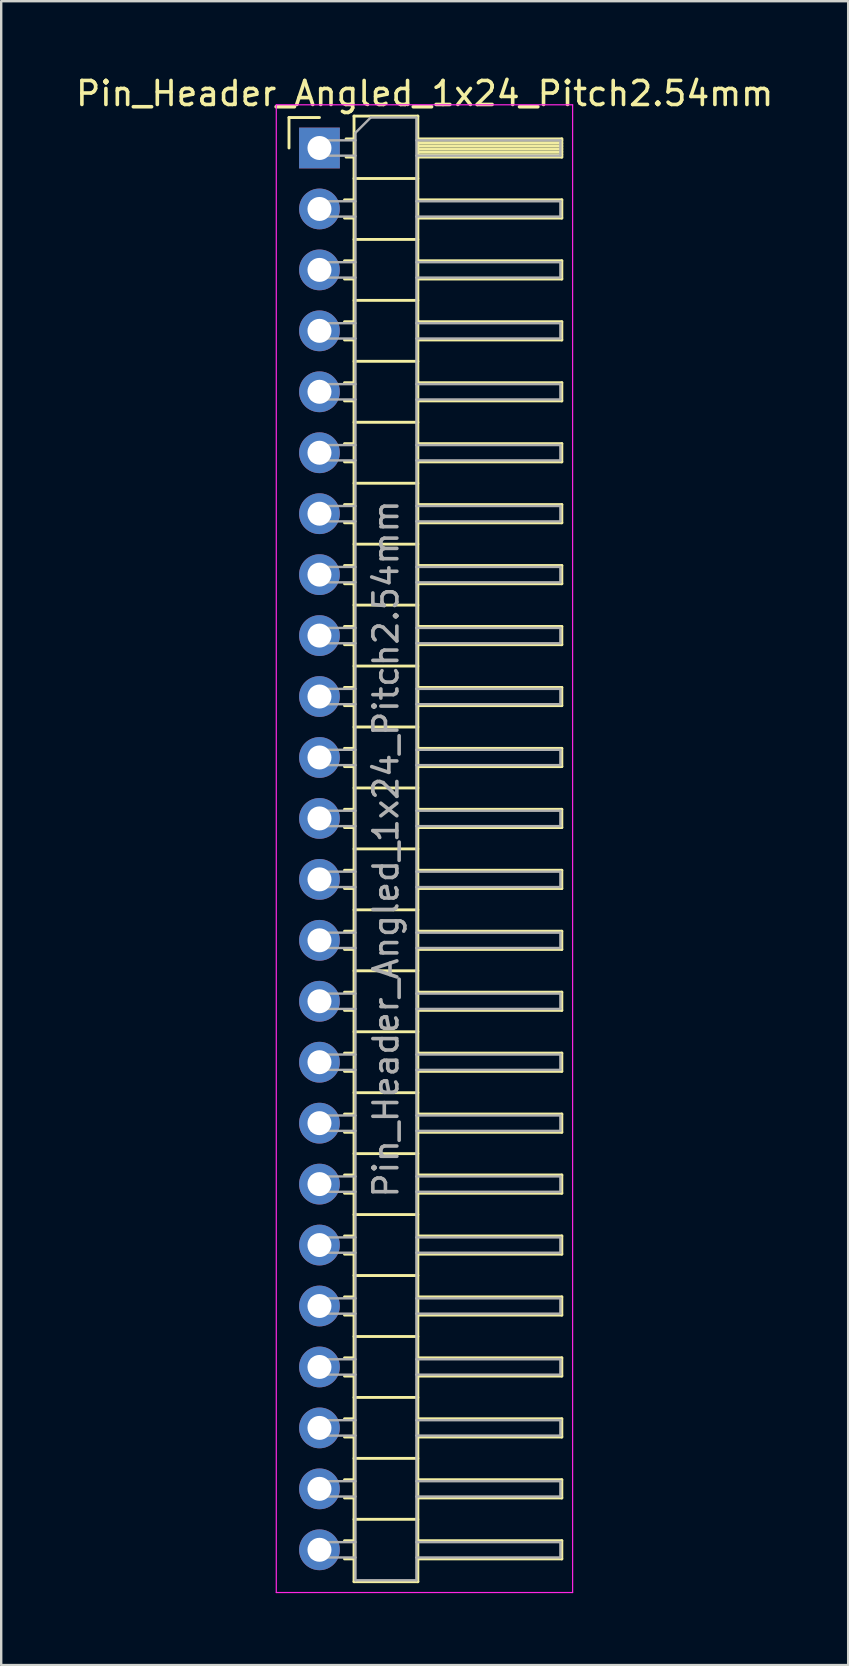
<source format=kicad_pcb>
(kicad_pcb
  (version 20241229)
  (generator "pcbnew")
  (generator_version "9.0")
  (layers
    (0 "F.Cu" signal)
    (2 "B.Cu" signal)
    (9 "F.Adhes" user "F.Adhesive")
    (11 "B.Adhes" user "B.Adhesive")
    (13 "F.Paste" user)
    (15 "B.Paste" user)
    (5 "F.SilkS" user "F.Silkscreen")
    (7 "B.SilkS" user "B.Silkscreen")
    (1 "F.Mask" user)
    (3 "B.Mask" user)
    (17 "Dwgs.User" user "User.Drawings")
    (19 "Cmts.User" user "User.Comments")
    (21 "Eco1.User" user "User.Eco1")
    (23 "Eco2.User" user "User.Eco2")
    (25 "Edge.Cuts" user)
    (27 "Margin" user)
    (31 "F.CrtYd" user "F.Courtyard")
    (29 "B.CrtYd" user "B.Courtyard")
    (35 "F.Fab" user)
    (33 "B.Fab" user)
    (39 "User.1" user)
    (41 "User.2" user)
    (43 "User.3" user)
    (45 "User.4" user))
  (footprint "Pin_Header_Angled_1x24_Pitch2.54mm"
    (layer "F.Cu")
    (at 10.264 3.118)
    (property "Reference" "Pin_Header_Angled_1x24_Pitch2.54mm" (at 4.385 -2.27 0) (layer "F.SilkS") (effects (font (size 1 1) (thickness 0.15))))
    (attr through_hole)
    (fp_line (start -1.27 -1.27) (end 0 -1.27) (stroke (width 0.12) (type solid)) (layer "F.SilkS"))
    (fp_line (start -1.27 0) (end -1.27 -1.27) (stroke (width 0.12) (type solid)) (layer "F.SilkS"))
    (fp_line (start 1.043 2.16) (end 1.44 2.16) (stroke (width 0.12) (type solid)) (layer "F.SilkS"))
    (fp_line (start 1.043 2.92) (end 1.44 2.92) (stroke (width 0.12) (type solid)) (layer "F.SilkS"))
    (fp_line (start 1.043 4.7) (end 1.44 4.7) (stroke (width 0.12) (type solid)) (layer "F.SilkS"))
    (fp_line (start 1.043 5.46) (end 1.44 5.46) (stroke (width 0.12) (type solid)) (layer "F.SilkS"))
    (fp_line (start 1.043 7.24) (end 1.44 7.24) (stroke (width 0.12) (type solid)) (layer "F.SilkS"))
    (fp_line (start 1.043 8) (end 1.44 8) (stroke (width 0.12) (type solid)) (layer "F.SilkS"))
    (fp_line (start 1.043 9.78) (end 1.44 9.78) (stroke (width 0.12) (type solid)) (layer "F.SilkS"))
    (fp_line (start 1.043 10.54) (end 1.44 10.54) (stroke (width 0.12) (type solid)) (layer "F.SilkS"))
    (fp_line (start 1.043 12.32) (end 1.44 12.32) (stroke (width 0.12) (type solid)) (layer "F.SilkS"))
    (fp_line (start 1.043 13.08) (end 1.44 13.08) (stroke (width 0.12) (type solid)) (layer "F.SilkS"))
    (fp_line (start 1.043 14.86) (end 1.44 14.86) (stroke (width 0.12) (type solid)) (layer "F.SilkS"))
    (fp_line (start 1.043 15.62) (end 1.44 15.62) (stroke (width 0.12) (type solid)) (layer "F.SilkS"))
    (fp_line (start 1.043 17.4) (end 1.44 17.4) (stroke (width 0.12) (type solid)) (layer "F.SilkS"))
    (fp_line (start 1.043 18.16) (end 1.44 18.16) (stroke (width 0.12) (type solid)) (layer "F.SilkS"))
    (fp_line (start 1.043 19.94) (end 1.44 19.94) (stroke (width 0.12) (type solid)) (layer "F.SilkS"))
    (fp_line (start 1.043 20.7) (end 1.44 20.7) (stroke (width 0.12) (type solid)) (layer "F.SilkS"))
    (fp_line (start 1.043 22.48) (end 1.44 22.48) (stroke (width 0.12) (type solid)) (layer "F.SilkS"))
    (fp_line (start 1.043 23.24) (end 1.44 23.24) (stroke (width 0.12) (type solid)) (layer "F.SilkS"))
    (fp_line (start 1.043 25.02) (end 1.44 25.02) (stroke (width 0.12) (type solid)) (layer "F.SilkS"))
    (fp_line (start 1.043 25.78) (end 1.44 25.78) (stroke (width 0.12) (type solid)) (layer "F.SilkS"))
    (fp_line (start 1.043 27.56) (end 1.44 27.56) (stroke (width 0.12) (type solid)) (layer "F.SilkS"))
    (fp_line (start 1.043 28.32) (end 1.44 28.32) (stroke (width 0.12) (type solid)) (layer "F.SilkS"))
    (fp_line (start 1.043 30.1) (end 1.44 30.1) (stroke (width 0.12) (type solid)) (layer "F.SilkS"))
    (fp_line (start 1.043 30.86) (end 1.44 30.86) (stroke (width 0.12) (type solid)) (layer "F.SilkS"))
    (fp_line (start 1.043 32.64) (end 1.44 32.64) (stroke (width 0.12) (type solid)) (layer "F.SilkS"))
    (fp_line (start 1.043 33.4) (end 1.44 33.4) (stroke (width 0.12) (type solid)) (layer "F.SilkS"))
    (fp_line (start 1.043 35.18) (end 1.44 35.18) (stroke (width 0.12) (type solid)) (layer "F.SilkS"))
    (fp_line (start 1.043 35.94) (end 1.44 35.94) (stroke (width 0.12) (type solid)) (layer "F.SilkS"))
    (fp_line (start 1.043 37.72) (end 1.44 37.72) (stroke (width 0.12) (type solid)) (layer "F.SilkS"))
    (fp_line (start 1.043 38.48) (end 1.44 38.48) (stroke (width 0.12) (type solid)) (layer "F.SilkS"))
    (fp_line (start 1.043 40.26) (end 1.44 40.26) (stroke (width 0.12) (type solid)) (layer "F.SilkS"))
    (fp_line (start 1.043 41.02) (end 1.44 41.02) (stroke (width 0.12) (type solid)) (layer "F.SilkS"))
    (fp_line (start 1.043 42.8) (end 1.44 42.8) (stroke (width 0.12) (type solid)) (layer "F.SilkS"))
    (fp_line (start 1.043 43.56) (end 1.44 43.56) (stroke (width 0.12) (type solid)) (layer "F.SilkS"))
    (fp_line (start 1.043 45.34) (end 1.44 45.34) (stroke (width 0.12) (type solid)) (layer "F.SilkS"))
    (fp_line (start 1.043 46.1) (end 1.44 46.1) (stroke (width 0.12) (type solid)) (layer "F.SilkS"))
    (fp_line (start 1.043 47.88) (end 1.44 47.88) (stroke (width 0.12) (type solid)) (layer "F.SilkS"))
    (fp_line (start 1.043 48.64) (end 1.44 48.64) (stroke (width 0.12) (type solid)) (layer "F.SilkS"))
    (fp_line (start 1.043 50.42) (end 1.44 50.42) (stroke (width 0.12) (type solid)) (layer "F.SilkS"))
    (fp_line (start 1.043 51.18) (end 1.44 51.18) (stroke (width 0.12) (type solid)) (layer "F.SilkS"))
    (fp_line (start 1.043 52.96) (end 1.44 52.96) (stroke (width 0.12) (type solid)) (layer "F.SilkS"))
    (fp_line (start 1.043 53.72) (end 1.44 53.72) (stroke (width 0.12) (type solid)) (layer "F.SilkS"))
    (fp_line (start 1.043 55.5) (end 1.44 55.5) (stroke (width 0.12) (type solid)) (layer "F.SilkS"))
    (fp_line (start 1.043 56.26) (end 1.44 56.26) (stroke (width 0.12) (type solid)) (layer "F.SilkS"))
    (fp_line (start 1.043 58.04) (end 1.44 58.04) (stroke (width 0.12) (type solid)) (layer "F.SilkS"))
    (fp_line (start 1.043 58.8) (end 1.44 58.8) (stroke (width 0.12) (type solid)) (layer "F.SilkS"))
    (fp_line (start 1.11 -0.38) (end 1.44 -0.38) (stroke (width 0.12) (type solid)) (layer "F.SilkS"))
    (fp_line (start 1.11 0.38) (end 1.44 0.38) (stroke (width 0.12) (type solid)) (layer "F.SilkS"))
    (fp_line (start 1.44 -1.33) (end 1.44 59.75) (stroke (width 0.12) (type solid)) (layer "F.SilkS"))
    (fp_line (start 1.44 1.27) (end 4.1 1.27) (stroke (width 0.12) (type solid)) (layer "F.SilkS"))
    (fp_line (start 1.44 3.81) (end 4.1 3.81) (stroke (width 0.12) (type solid)) (layer "F.SilkS"))
    (fp_line (start 1.44 6.35) (end 4.1 6.35) (stroke (width 0.12) (type solid)) (layer "F.SilkS"))
    (fp_line (start 1.44 8.89) (end 4.1 8.89) (stroke (width 0.12) (type solid)) (layer "F.SilkS"))
    (fp_line (start 1.44 11.43) (end 4.1 11.43) (stroke (width 0.12) (type solid)) (layer "F.SilkS"))
    (fp_line (start 1.44 13.97) (end 4.1 13.97) (stroke (width 0.12) (type solid)) (layer "F.SilkS"))
    (fp_line (start 1.44 16.51) (end 4.1 16.51) (stroke (width 0.12) (type solid)) (layer "F.SilkS"))
    (fp_line (start 1.44 19.05) (end 4.1 19.05) (stroke (width 0.12) (type solid)) (layer "F.SilkS"))
    (fp_line (start 1.44 21.59) (end 4.1 21.59) (stroke (width 0.12) (type solid)) (layer "F.SilkS"))
    (fp_line (start 1.44 24.13) (end 4.1 24.13) (stroke (width 0.12) (type solid)) (layer "F.SilkS"))
    (fp_line (start 1.44 26.67) (end 4.1 26.67) (stroke (width 0.12) (type solid)) (layer "F.SilkS"))
    (fp_line (start 1.44 29.21) (end 4.1 29.21) (stroke (width 0.12) (type solid)) (layer "F.SilkS"))
    (fp_line (start 1.44 31.75) (end 4.1 31.75) (stroke (width 0.12) (type solid)) (layer "F.SilkS"))
    (fp_line (start 1.44 34.29) (end 4.1 34.29) (stroke (width 0.12) (type solid)) (layer "F.SilkS"))
    (fp_line (start 1.44 36.83) (end 4.1 36.83) (stroke (width 0.12) (type solid)) (layer "F.SilkS"))
    (fp_line (start 1.44 39.37) (end 4.1 39.37) (stroke (width 0.12) (type solid)) (layer "F.SilkS"))
    (fp_line (start 1.44 41.91) (end 4.1 41.91) (stroke (width 0.12) (type solid)) (layer "F.SilkS"))
    (fp_line (start 1.44 44.45) (end 4.1 44.45) (stroke (width 0.12) (type solid)) (layer "F.SilkS"))
    (fp_line (start 1.44 46.99) (end 4.1 46.99) (stroke (width 0.12) (type solid)) (layer "F.SilkS"))
    (fp_line (start 1.44 49.53) (end 4.1 49.53) (stroke (width 0.12) (type solid)) (layer "F.SilkS"))
    (fp_line (start 1.44 52.07) (end 4.1 52.07) (stroke (width 0.12) (type solid)) (layer "F.SilkS"))
    (fp_line (start 1.44 54.61) (end 4.1 54.61) (stroke (width 0.12) (type solid)) (layer "F.SilkS"))
    (fp_line (start 1.44 57.15) (end 4.1 57.15) (stroke (width 0.12) (type solid)) (layer "F.SilkS"))
    (fp_line (start 1.44 59.75) (end 4.1 59.75) (stroke (width 0.12) (type solid)) (layer "F.SilkS"))
    (fp_line (start 4.1 -1.33) (end 1.44 -1.33) (stroke (width 0.12) (type solid)) (layer "F.SilkS"))
    (fp_line (start 4.1 -0.38) (end 10.1 -0.38) (stroke (width 0.12) (type solid)) (layer "F.SilkS"))
    (fp_line (start 4.1 -0.32) (end 10.1 -0.32) (stroke (width 0.12) (type solid)) (layer "F.SilkS"))
    (fp_line (start 4.1 -0.2) (end 10.1 -0.2) (stroke (width 0.12) (type solid)) (layer "F.SilkS"))
    (fp_line (start 4.1 -0.08) (end 10.1 -0.08) (stroke (width 0.12) (type solid)) (layer "F.SilkS"))
    (fp_line (start 4.1 0.04) (end 10.1 0.04) (stroke (width 0.12) (type solid)) (layer "F.SilkS"))
    (fp_line (start 4.1 0.16) (end 10.1 0.16) (stroke (width 0.12) (type solid)) (layer "F.SilkS"))
    (fp_line (start 4.1 0.28) (end 10.1 0.28) (stroke (width 0.12) (type solid)) (layer "F.SilkS"))
    (fp_line (start 4.1 2.16) (end 10.1 2.16) (stroke (width 0.12) (type solid)) (layer "F.SilkS"))
    (fp_line (start 4.1 4.7) (end 10.1 4.7) (stroke (width 0.12) (type solid)) (layer "F.SilkS"))
    (fp_line (start 4.1 7.24) (end 10.1 7.24) (stroke (width 0.12) (type solid)) (layer "F.SilkS"))
    (fp_line (start 4.1 9.78) (end 10.1 9.78) (stroke (width 0.12) (type solid)) (layer "F.SilkS"))
    (fp_line (start 4.1 12.32) (end 10.1 12.32) (stroke (width 0.12) (type solid)) (layer "F.SilkS"))
    (fp_line (start 4.1 14.86) (end 10.1 14.86) (stroke (width 0.12) (type solid)) (layer "F.SilkS"))
    (fp_line (start 4.1 17.4) (end 10.1 17.4) (stroke (width 0.12) (type solid)) (layer "F.SilkS"))
    (fp_line (start 4.1 19.94) (end 10.1 19.94) (stroke (width 0.12) (type solid)) (layer "F.SilkS"))
    (fp_line (start 4.1 22.48) (end 10.1 22.48) (stroke (width 0.12) (type solid)) (layer "F.SilkS"))
    (fp_line (start 4.1 25.02) (end 10.1 25.02) (stroke (width 0.12) (type solid)) (layer "F.SilkS"))
    (fp_line (start 4.1 27.56) (end 10.1 27.56) (stroke (width 0.12) (type solid)) (layer "F.SilkS"))
    (fp_line (start 4.1 30.1) (end 10.1 30.1) (stroke (width 0.12) (type solid)) (layer "F.SilkS"))
    (fp_line (start 4.1 32.64) (end 10.1 32.64) (stroke (width 0.12) (type solid)) (layer "F.SilkS"))
    (fp_line (start 4.1 35.18) (end 10.1 35.18) (stroke (width 0.12) (type solid)) (layer "F.SilkS"))
    (fp_line (start 4.1 37.72) (end 10.1 37.72) (stroke (width 0.12) (type solid)) (layer "F.SilkS"))
    (fp_line (start 4.1 40.26) (end 10.1 40.26) (stroke (width 0.12) (type solid)) (layer "F.SilkS"))
    (fp_line (start 4.1 42.8) (end 10.1 42.8) (stroke (width 0.12) (type solid)) (layer "F.SilkS"))
    (fp_line (start 4.1 45.34) (end 10.1 45.34) (stroke (width 0.12) (type solid)) (layer "F.SilkS"))
    (fp_line (start 4.1 47.88) (end 10.1 47.88) (stroke (width 0.12) (type solid)) (layer "F.SilkS"))
    (fp_line (start 4.1 50.42) (end 10.1 50.42) (stroke (width 0.12) (type solid)) (layer "F.SilkS"))
    (fp_line (start 4.1 52.96) (end 10.1 52.96) (stroke (width 0.12) (type solid)) (layer "F.SilkS"))
    (fp_line (start 4.1 55.5) (end 10.1 55.5) (stroke (width 0.12) (type solid)) (layer "F.SilkS"))
    (fp_line (start 4.1 58.04) (end 10.1 58.04) (stroke (width 0.12) (type solid)) (layer "F.SilkS"))
    (fp_line (start 4.1 59.75) (end 4.1 -1.33) (stroke (width 0.12) (type solid)) (layer "F.SilkS"))
    (fp_line (start 10.1 -0.38) (end 10.1 0.38) (stroke (width 0.12) (type solid)) (layer "F.SilkS"))
    (fp_line (start 10.1 0.38) (end 4.1 0.38) (stroke (width 0.12) (type solid)) (layer "F.SilkS"))
    (fp_line (start 10.1 2.16) (end 10.1 2.92) (stroke (width 0.12) (type solid)) (layer "F.SilkS"))
    (fp_line (start 10.1 2.92) (end 4.1 2.92) (stroke (width 0.12) (type solid)) (layer "F.SilkS"))
    (fp_line (start 10.1 4.7) (end 10.1 5.46) (stroke (width 0.12) (type solid)) (layer "F.SilkS"))
    (fp_line (start 10.1 5.46) (end 4.1 5.46) (stroke (width 0.12) (type solid)) (layer "F.SilkS"))
    (fp_line (start 10.1 7.24) (end 10.1 8) (stroke (width 0.12) (type solid)) (layer "F.SilkS"))
    (fp_line (start 10.1 8) (end 4.1 8) (stroke (width 0.12) (type solid)) (layer "F.SilkS"))
    (fp_line (start 10.1 9.78) (end 10.1 10.54) (stroke (width 0.12) (type solid)) (layer "F.SilkS"))
    (fp_line (start 10.1 10.54) (end 4.1 10.54) (stroke (width 0.12) (type solid)) (layer "F.SilkS"))
    (fp_line (start 10.1 12.32) (end 10.1 13.08) (stroke (width 0.12) (type solid)) (layer "F.SilkS"))
    (fp_line (start 10.1 13.08) (end 4.1 13.08) (stroke (width 0.12) (type solid)) (layer "F.SilkS"))
    (fp_line (start 10.1 14.86) (end 10.1 15.62) (stroke (width 0.12) (type solid)) (layer "F.SilkS"))
    (fp_line (start 10.1 15.62) (end 4.1 15.62) (stroke (width 0.12) (type solid)) (layer "F.SilkS"))
    (fp_line (start 10.1 17.4) (end 10.1 18.16) (stroke (width 0.12) (type solid)) (layer "F.SilkS"))
    (fp_line (start 10.1 18.16) (end 4.1 18.16) (stroke (width 0.12) (type solid)) (layer "F.SilkS"))
    (fp_line (start 10.1 19.94) (end 10.1 20.7) (stroke (width 0.12) (type solid)) (layer "F.SilkS"))
    (fp_line (start 10.1 20.7) (end 4.1 20.7) (stroke (width 0.12) (type solid)) (layer "F.SilkS"))
    (fp_line (start 10.1 22.48) (end 10.1 23.24) (stroke (width 0.12) (type solid)) (layer "F.SilkS"))
    (fp_line (start 10.1 23.24) (end 4.1 23.24) (stroke (width 0.12) (type solid)) (layer "F.SilkS"))
    (fp_line (start 10.1 25.02) (end 10.1 25.78) (stroke (width 0.12) (type solid)) (layer "F.SilkS"))
    (fp_line (start 10.1 25.78) (end 4.1 25.78) (stroke (width 0.12) (type solid)) (layer "F.SilkS"))
    (fp_line (start 10.1 27.56) (end 10.1 28.32) (stroke (width 0.12) (type solid)) (layer "F.SilkS"))
    (fp_line (start 10.1 28.32) (end 4.1 28.32) (stroke (width 0.12) (type solid)) (layer "F.SilkS"))
    (fp_line (start 10.1 30.1) (end 10.1 30.86) (stroke (width 0.12) (type solid)) (layer "F.SilkS"))
    (fp_line (start 10.1 30.86) (end 4.1 30.86) (stroke (width 0.12) (type solid)) (layer "F.SilkS"))
    (fp_line (start 10.1 32.64) (end 10.1 33.4) (stroke (width 0.12) (type solid)) (layer "F.SilkS"))
    (fp_line (start 10.1 33.4) (end 4.1 33.4) (stroke (width 0.12) (type solid)) (layer "F.SilkS"))
    (fp_line (start 10.1 35.18) (end 10.1 35.94) (stroke (width 0.12) (type solid)) (layer "F.SilkS"))
    (fp_line (start 10.1 35.94) (end 4.1 35.94) (stroke (width 0.12) (type solid)) (layer "F.SilkS"))
    (fp_line (start 10.1 37.72) (end 10.1 38.48) (stroke (width 0.12) (type solid)) (layer "F.SilkS"))
    (fp_line (start 10.1 38.48) (end 4.1 38.48) (stroke (width 0.12) (type solid)) (layer "F.SilkS"))
    (fp_line (start 10.1 40.26) (end 10.1 41.02) (stroke (width 0.12) (type solid)) (layer "F.SilkS"))
    (fp_line (start 10.1 41.02) (end 4.1 41.02) (stroke (width 0.12) (type solid)) (layer "F.SilkS"))
    (fp_line (start 10.1 42.8) (end 10.1 43.56) (stroke (width 0.12) (type solid)) (layer "F.SilkS"))
    (fp_line (start 10.1 43.56) (end 4.1 43.56) (stroke (width 0.12) (type solid)) (layer "F.SilkS"))
    (fp_line (start 10.1 45.34) (end 10.1 46.1) (stroke (width 0.12) (type solid)) (layer "F.SilkS"))
    (fp_line (start 10.1 46.1) (end 4.1 46.1) (stroke (width 0.12) (type solid)) (layer "F.SilkS"))
    (fp_line (start 10.1 47.88) (end 10.1 48.64) (stroke (width 0.12) (type solid)) (layer "F.SilkS"))
    (fp_line (start 10.1 48.64) (end 4.1 48.64) (stroke (width 0.12) (type solid)) (layer "F.SilkS"))
    (fp_line (start 10.1 50.42) (end 10.1 51.18) (stroke (width 0.12) (type solid)) (layer "F.SilkS"))
    (fp_line (start 10.1 51.18) (end 4.1 51.18) (stroke (width 0.12) (type solid)) (layer "F.SilkS"))
    (fp_line (start 10.1 52.96) (end 10.1 53.72) (stroke (width 0.12) (type solid)) (layer "F.SilkS"))
    (fp_line (start 10.1 53.72) (end 4.1 53.72) (stroke (width 0.12) (type solid)) (layer "F.SilkS"))
    (fp_line (start 10.1 55.5) (end 10.1 56.26) (stroke (width 0.12) (type solid)) (layer "F.SilkS"))
    (fp_line (start 10.1 56.26) (end 4.1 56.26) (stroke (width 0.12) (type solid)) (layer "F.SilkS"))
    (fp_line (start 10.1 58.04) (end 10.1 58.8) (stroke (width 0.12) (type solid)) (layer "F.SilkS"))
    (fp_line (start 10.1 58.8) (end 4.1 58.8) (stroke (width 0.12) (type solid)) (layer "F.SilkS"))
    (fp_line (start -1.8 -1.8) (end -1.8 60.2) (stroke (width 0.05) (type solid)) (layer "F.CrtYd"))
    (fp_line (start -1.8 60.2) (end 10.55 60.2) (stroke (width 0.05) (type solid)) (layer "F.CrtYd"))
    (fp_line (start 10.55 -1.8) (end -1.8 -1.8) (stroke (width 0.05) (type solid)) (layer "F.CrtYd"))
    (fp_line (start 10.55 60.2) (end 10.55 -1.8) (stroke (width 0.05) (type solid)) (layer "F.CrtYd"))
    (fp_line (start -0.32 -0.32) (end -0.32 0.32) (stroke (width 0.1) (type solid)) (layer "F.Fab"))
    (fp_line (start -0.32 -0.32) (end 1.5 -0.32) (stroke (width 0.1) (type solid)) (layer "F.Fab"))
    (fp_line (start -0.32 0.32) (end 1.5 0.32) (stroke (width 0.1) (type solid)) (layer "F.Fab"))
    (fp_line (start -0.32 2.22) (end -0.32 2.86) (stroke (width 0.1) (type solid)) (layer "F.Fab"))
    (fp_line (start -0.32 2.22) (end 1.5 2.22) (stroke (width 0.1) (type solid)) (layer "F.Fab"))
    (fp_line (start -0.32 2.86) (end 1.5 2.86) (stroke (width 0.1) (type solid)) (layer "F.Fab"))
    (fp_line (start -0.32 4.76) (end -0.32 5.4) (stroke (width 0.1) (type solid)) (layer "F.Fab"))
    (fp_line (start -0.32 4.76) (end 1.5 4.76) (stroke (width 0.1) (type solid)) (layer "F.Fab"))
    (fp_line (start -0.32 5.4) (end 1.5 5.4) (stroke (width 0.1) (type solid)) (layer "F.Fab"))
    (fp_line (start -0.32 7.3) (end -0.32 7.94) (stroke (width 0.1) (type solid)) (layer "F.Fab"))
    (fp_line (start -0.32 7.3) (end 1.5 7.3) (stroke (width 0.1) (type solid)) (layer "F.Fab"))
    (fp_line (start -0.32 7.94) (end 1.5 7.94) (stroke (width 0.1) (type solid)) (layer "F.Fab"))
    (fp_line (start -0.32 9.84) (end -0.32 10.48) (stroke (width 0.1) (type solid)) (layer "F.Fab"))
    (fp_line (start -0.32 9.84) (end 1.5 9.84) (stroke (width 0.1) (type solid)) (layer "F.Fab"))
    (fp_line (start -0.32 10.48) (end 1.5 10.48) (stroke (width 0.1) (type solid)) (layer "F.Fab"))
    (fp_line (start -0.32 12.38) (end -0.32 13.02) (stroke (width 0.1) (type solid)) (layer "F.Fab"))
    (fp_line (start -0.32 12.38) (end 1.5 12.38) (stroke (width 0.1) (type solid)) (layer "F.Fab"))
    (fp_line (start -0.32 13.02) (end 1.5 13.02) (stroke (width 0.1) (type solid)) (layer "F.Fab"))
    (fp_line (start -0.32 14.92) (end -0.32 15.56) (stroke (width 0.1) (type solid)) (layer "F.Fab"))
    (fp_line (start -0.32 14.92) (end 1.5 14.92) (stroke (width 0.1) (type solid)) (layer "F.Fab"))
    (fp_line (start -0.32 15.56) (end 1.5 15.56) (stroke (width 0.1) (type solid)) (layer "F.Fab"))
    (fp_line (start -0.32 17.46) (end -0.32 18.1) (stroke (width 0.1) (type solid)) (layer "F.Fab"))
    (fp_line (start -0.32 17.46) (end 1.5 17.46) (stroke (width 0.1) (type solid)) (layer "F.Fab"))
    (fp_line (start -0.32 18.1) (end 1.5 18.1) (stroke (width 0.1) (type solid)) (layer "F.Fab"))
    (fp_line (start -0.32 20) (end -0.32 20.64) (stroke (width 0.1) (type solid)) (layer "F.Fab"))
    (fp_line (start -0.32 20) (end 1.5 20) (stroke (width 0.1) (type solid)) (layer "F.Fab"))
    (fp_line (start -0.32 20.64) (end 1.5 20.64) (stroke (width 0.1) (type solid)) (layer "F.Fab"))
    (fp_line (start -0.32 22.54) (end -0.32 23.18) (stroke (width 0.1) (type solid)) (layer "F.Fab"))
    (fp_line (start -0.32 22.54) (end 1.5 22.54) (stroke (width 0.1) (type solid)) (layer "F.Fab"))
    (fp_line (start -0.32 23.18) (end 1.5 23.18) (stroke (width 0.1) (type solid)) (layer "F.Fab"))
    (fp_line (start -0.32 25.08) (end -0.32 25.72) (stroke (width 0.1) (type solid)) (layer "F.Fab"))
    (fp_line (start -0.32 25.08) (end 1.5 25.08) (stroke (width 0.1) (type solid)) (layer "F.Fab"))
    (fp_line (start -0.32 25.72) (end 1.5 25.72) (stroke (width 0.1) (type solid)) (layer "F.Fab"))
    (fp_line (start -0.32 27.62) (end -0.32 28.26) (stroke (width 0.1) (type solid)) (layer "F.Fab"))
    (fp_line (start -0.32 27.62) (end 1.5 27.62) (stroke (width 0.1) (type solid)) (layer "F.Fab"))
    (fp_line (start -0.32 28.26) (end 1.5 28.26) (stroke (width 0.1) (type solid)) (layer "F.Fab"))
    (fp_line (start -0.32 30.16) (end -0.32 30.8) (stroke (width 0.1) (type solid)) (layer "F.Fab"))
    (fp_line (start -0.32 30.16) (end 1.5 30.16) (stroke (width 0.1) (type solid)) (layer "F.Fab"))
    (fp_line (start -0.32 30.8) (end 1.5 30.8) (stroke (width 0.1) (type solid)) (layer "F.Fab"))
    (fp_line (start -0.32 32.7) (end -0.32 33.34) (stroke (width 0.1) (type solid)) (layer "F.Fab"))
    (fp_line (start -0.32 32.7) (end 1.5 32.7) (stroke (width 0.1) (type solid)) (layer "F.Fab"))
    (fp_line (start -0.32 33.34) (end 1.5 33.34) (stroke (width 0.1) (type solid)) (layer "F.Fab"))
    (fp_line (start -0.32 35.24) (end -0.32 35.88) (stroke (width 0.1) (type solid)) (layer "F.Fab"))
    (fp_line (start -0.32 35.24) (end 1.5 35.24) (stroke (width 0.1) (type solid)) (layer "F.Fab"))
    (fp_line (start -0.32 35.88) (end 1.5 35.88) (stroke (width 0.1) (type solid)) (layer "F.Fab"))
    (fp_line (start -0.32 37.78) (end -0.32 38.42) (stroke (width 0.1) (type solid)) (layer "F.Fab"))
    (fp_line (start -0.32 37.78) (end 1.5 37.78) (stroke (width 0.1) (type solid)) (layer "F.Fab"))
    (fp_line (start -0.32 38.42) (end 1.5 38.42) (stroke (width 0.1) (type solid)) (layer "F.Fab"))
    (fp_line (start -0.32 40.32) (end -0.32 40.96) (stroke (width 0.1) (type solid)) (layer "F.Fab"))
    (fp_line (start -0.32 40.32) (end 1.5 40.32) (stroke (width 0.1) (type solid)) (layer "F.Fab"))
    (fp_line (start -0.32 40.96) (end 1.5 40.96) (stroke (width 0.1) (type solid)) (layer "F.Fab"))
    (fp_line (start -0.32 42.86) (end -0.32 43.5) (stroke (width 0.1) (type solid)) (layer "F.Fab"))
    (fp_line (start -0.32 42.86) (end 1.5 42.86) (stroke (width 0.1) (type solid)) (layer "F.Fab"))
    (fp_line (start -0.32 43.5) (end 1.5 43.5) (stroke (width 0.1) (type solid)) (layer "F.Fab"))
    (fp_line (start -0.32 45.4) (end -0.32 46.04) (stroke (width 0.1) (type solid)) (layer "F.Fab"))
    (fp_line (start -0.32 45.4) (end 1.5 45.4) (stroke (width 0.1) (type solid)) (layer "F.Fab"))
    (fp_line (start -0.32 46.04) (end 1.5 46.04) (stroke (width 0.1) (type solid)) (layer "F.Fab"))
    (fp_line (start -0.32 47.94) (end -0.32 48.58) (stroke (width 0.1) (type solid)) (layer "F.Fab"))
    (fp_line (start -0.32 47.94) (end 1.5 47.94) (stroke (width 0.1) (type solid)) (layer "F.Fab"))
    (fp_line (start -0.32 48.58) (end 1.5 48.58) (stroke (width 0.1) (type solid)) (layer "F.Fab"))
    (fp_line (start -0.32 50.48) (end -0.32 51.12) (stroke (width 0.1) (type solid)) (layer "F.Fab"))
    (fp_line (start -0.32 50.48) (end 1.5 50.48) (stroke (width 0.1) (type solid)) (layer "F.Fab"))
    (fp_line (start -0.32 51.12) (end 1.5 51.12) (stroke (width 0.1) (type solid)) (layer "F.Fab"))
    (fp_line (start -0.32 53.02) (end -0.32 53.66) (stroke (width 0.1) (type solid)) (layer "F.Fab"))
    (fp_line (start -0.32 53.02) (end 1.5 53.02) (stroke (width 0.1) (type solid)) (layer "F.Fab"))
    (fp_line (start -0.32 53.66) (end 1.5 53.66) (stroke (width 0.1) (type solid)) (layer "F.Fab"))
    (fp_line (start -0.32 55.56) (end -0.32 56.2) (stroke (width 0.1) (type solid)) (layer "F.Fab"))
    (fp_line (start -0.32 55.56) (end 1.5 55.56) (stroke (width 0.1) (type solid)) (layer "F.Fab"))
    (fp_line (start -0.32 56.2) (end 1.5 56.2) (stroke (width 0.1) (type solid)) (layer "F.Fab"))
    (fp_line (start -0.32 58.1) (end -0.32 58.74) (stroke (width 0.1) (type solid)) (layer "F.Fab"))
    (fp_line (start -0.32 58.1) (end 1.5 58.1) (stroke (width 0.1) (type solid)) (layer "F.Fab"))
    (fp_line (start -0.32 58.74) (end 1.5 58.74) (stroke (width 0.1) (type solid)) (layer "F.Fab"))
    (fp_line (start 1.5 -0.635) (end 2.135 -1.27) (stroke (width 0.1) (type solid)) (layer "F.Fab"))
    (fp_line (start 1.5 59.69) (end 1.5 -0.635) (stroke (width 0.1) (type solid)) (layer "F.Fab"))
    (fp_line (start 2.135 -1.27) (end 4.04 -1.27) (stroke (width 0.1) (type solid)) (layer "F.Fab"))
    (fp_line (start 4.04 -1.27) (end 4.04 59.69) (stroke (width 0.1) (type solid)) (layer "F.Fab"))
    (fp_line (start 4.04 -0.32) (end 10.04 -0.32) (stroke (width 0.1) (type solid)) (layer "F.Fab"))
    (fp_line (start 4.04 0.32) (end 10.04 0.32) (stroke (width 0.1) (type solid)) (layer "F.Fab"))
    (fp_line (start 4.04 2.22) (end 10.04 2.22) (stroke (width 0.1) (type solid)) (layer "F.Fab"))
    (fp_line (start 4.04 2.86) (end 10.04 2.86) (stroke (width 0.1) (type solid)) (layer "F.Fab"))
    (fp_line (start 4.04 4.76) (end 10.04 4.76) (stroke (width 0.1) (type solid)) (layer "F.Fab"))
    (fp_line (start 4.04 5.4) (end 10.04 5.4) (stroke (width 0.1) (type solid)) (layer "F.Fab"))
    (fp_line (start 4.04 7.3) (end 10.04 7.3) (stroke (width 0.1) (type solid)) (layer "F.Fab"))
    (fp_line (start 4.04 7.94) (end 10.04 7.94) (stroke (width 0.1) (type solid)) (layer "F.Fab"))
    (fp_line (start 4.04 9.84) (end 10.04 9.84) (stroke (width 0.1) (type solid)) (layer "F.Fab"))
    (fp_line (start 4.04 10.48) (end 10.04 10.48) (stroke (width 0.1) (type solid)) (layer "F.Fab"))
    (fp_line (start 4.04 12.38) (end 10.04 12.38) (stroke (width 0.1) (type solid)) (layer "F.Fab"))
    (fp_line (start 4.04 13.02) (end 10.04 13.02) (stroke (width 0.1) (type solid)) (layer "F.Fab"))
    (fp_line (start 4.04 14.92) (end 10.04 14.92) (stroke (width 0.1) (type solid)) (layer "F.Fab"))
    (fp_line (start 4.04 15.56) (end 10.04 15.56) (stroke (width 0.1) (type solid)) (layer "F.Fab"))
    (fp_line (start 4.04 17.46) (end 10.04 17.46) (stroke (width 0.1) (type solid)) (layer "F.Fab"))
    (fp_line (start 4.04 18.1) (end 10.04 18.1) (stroke (width 0.1) (type solid)) (layer "F.Fab"))
    (fp_line (start 4.04 20) (end 10.04 20) (stroke (width 0.1) (type solid)) (layer "F.Fab"))
    (fp_line (start 4.04 20.64) (end 10.04 20.64) (stroke (width 0.1) (type solid)) (layer "F.Fab"))
    (fp_line (start 4.04 22.54) (end 10.04 22.54) (stroke (width 0.1) (type solid)) (layer "F.Fab"))
    (fp_line (start 4.04 23.18) (end 10.04 23.18) (stroke (width 0.1) (type solid)) (layer "F.Fab"))
    (fp_line (start 4.04 25.08) (end 10.04 25.08) (stroke (width 0.1) (type solid)) (layer "F.Fab"))
    (fp_line (start 4.04 25.72) (end 10.04 25.72) (stroke (width 0.1) (type solid)) (layer "F.Fab"))
    (fp_line (start 4.04 27.62) (end 10.04 27.62) (stroke (width 0.1) (type solid)) (layer "F.Fab"))
    (fp_line (start 4.04 28.26) (end 10.04 28.26) (stroke (width 0.1) (type solid)) (layer "F.Fab"))
    (fp_line (start 4.04 30.16) (end 10.04 30.16) (stroke (width 0.1) (type solid)) (layer "F.Fab"))
    (fp_line (start 4.04 30.8) (end 10.04 30.8) (stroke (width 0.1) (type solid)) (layer "F.Fab"))
    (fp_line (start 4.04 32.7) (end 10.04 32.7) (stroke (width 0.1) (type solid)) (layer "F.Fab"))
    (fp_line (start 4.04 33.34) (end 10.04 33.34) (stroke (width 0.1) (type solid)) (layer "F.Fab"))
    (fp_line (start 4.04 35.24) (end 10.04 35.24) (stroke (width 0.1) (type solid)) (layer "F.Fab"))
    (fp_line (start 4.04 35.88) (end 10.04 35.88) (stroke (width 0.1) (type solid)) (layer "F.Fab"))
    (fp_line (start 4.04 37.78) (end 10.04 37.78) (stroke (width 0.1) (type solid)) (layer "F.Fab"))
    (fp_line (start 4.04 38.42) (end 10.04 38.42) (stroke (width 0.1) (type solid)) (layer "F.Fab"))
    (fp_line (start 4.04 40.32) (end 10.04 40.32) (stroke (width 0.1) (type solid)) (layer "F.Fab"))
    (fp_line (start 4.04 40.96) (end 10.04 40.96) (stroke (width 0.1) (type solid)) (layer "F.Fab"))
    (fp_line (start 4.04 42.86) (end 10.04 42.86) (stroke (width 0.1) (type solid)) (layer "F.Fab"))
    (fp_line (start 4.04 43.5) (end 10.04 43.5) (stroke (width 0.1) (type solid)) (layer "F.Fab"))
    (fp_line (start 4.04 45.4) (end 10.04 45.4) (stroke (width 0.1) (type solid)) (layer "F.Fab"))
    (fp_line (start 4.04 46.04) (end 10.04 46.04) (stroke (width 0.1) (type solid)) (layer "F.Fab"))
    (fp_line (start 4.04 47.94) (end 10.04 47.94) (stroke (width 0.1) (type solid)) (layer "F.Fab"))
    (fp_line (start 4.04 48.58) (end 10.04 48.58) (stroke (width 0.1) (type solid)) (layer "F.Fab"))
    (fp_line (start 4.04 50.48) (end 10.04 50.48) (stroke (width 0.1) (type solid)) (layer "F.Fab"))
    (fp_line (start 4.04 51.12) (end 10.04 51.12) (stroke (width 0.1) (type solid)) (layer "F.Fab"))
    (fp_line (start 4.04 53.02) (end 10.04 53.02) (stroke (width 0.1) (type solid)) (layer "F.Fab"))
    (fp_line (start 4.04 53.66) (end 10.04 53.66) (stroke (width 0.1) (type solid)) (layer "F.Fab"))
    (fp_line (start 4.04 55.56) (end 10.04 55.56) (stroke (width 0.1) (type solid)) (layer "F.Fab"))
    (fp_line (start 4.04 56.2) (end 10.04 56.2) (stroke (width 0.1) (type solid)) (layer "F.Fab"))
    (fp_line (start 4.04 58.1) (end 10.04 58.1) (stroke (width 0.1) (type solid)) (layer "F.Fab"))
    (fp_line (start 4.04 58.74) (end 10.04 58.74) (stroke (width 0.1) (type solid)) (layer "F.Fab"))
    (fp_line (start 4.04 59.69) (end 1.5 59.69) (stroke (width 0.1) (type solid)) (layer "F.Fab"))
    (fp_line (start 10.04 -0.32) (end 10.04 0.32) (stroke (width 0.1) (type solid)) (layer "F.Fab"))
    (fp_line (start 10.04 2.22) (end 10.04 2.86) (stroke (width 0.1) (type solid)) (layer "F.Fab"))
    (fp_line (start 10.04 4.76) (end 10.04 5.4) (stroke (width 0.1) (type solid)) (layer "F.Fab"))
    (fp_line (start 10.04 7.3) (end 10.04 7.94) (stroke (width 0.1) (type solid)) (layer "F.Fab"))
    (fp_line (start 10.04 9.84) (end 10.04 10.48) (stroke (width 0.1) (type solid)) (layer "F.Fab"))
    (fp_line (start 10.04 12.38) (end 10.04 13.02) (stroke (width 0.1) (type solid)) (layer "F.Fab"))
    (fp_line (start 10.04 14.92) (end 10.04 15.56) (stroke (width 0.1) (type solid)) (layer "F.Fab"))
    (fp_line (start 10.04 17.46) (end 10.04 18.1) (stroke (width 0.1) (type solid)) (layer "F.Fab"))
    (fp_line (start 10.04 20) (end 10.04 20.64) (stroke (width 0.1) (type solid)) (layer "F.Fab"))
    (fp_line (start 10.04 22.54) (end 10.04 23.18) (stroke (width 0.1) (type solid)) (layer "F.Fab"))
    (fp_line (start 10.04 25.08) (end 10.04 25.72) (stroke (width 0.1) (type solid)) (layer "F.Fab"))
    (fp_line (start 10.04 27.62) (end 10.04 28.26) (stroke (width 0.1) (type solid)) (layer "F.Fab"))
    (fp_line (start 10.04 30.16) (end 10.04 30.8) (stroke (width 0.1) (type solid)) (layer "F.Fab"))
    (fp_line (start 10.04 32.7) (end 10.04 33.34) (stroke (width 0.1) (type solid)) (layer "F.Fab"))
    (fp_line (start 10.04 35.24) (end 10.04 35.88) (stroke (width 0.1) (type solid)) (layer "F.Fab"))
    (fp_line (start 10.04 37.78) (end 10.04 38.42) (stroke (width 0.1) (type solid)) (layer "F.Fab"))
    (fp_line (start 10.04 40.32) (end 10.04 40.96) (stroke (width 0.1) (type solid)) (layer "F.Fab"))
    (fp_line (start 10.04 42.86) (end 10.04 43.5) (stroke (width 0.1) (type solid)) (layer "F.Fab"))
    (fp_line (start 10.04 45.4) (end 10.04 46.04) (stroke (width 0.1) (type solid)) (layer "F.Fab"))
    (fp_line (start 10.04 47.94) (end 10.04 48.58) (stroke (width 0.1) (type solid)) (layer "F.Fab"))
    (fp_line (start 10.04 50.48) (end 10.04 51.12) (stroke (width 0.1) (type solid)) (layer "F.Fab"))
    (fp_line (start 10.04 53.02) (end 10.04 53.66) (stroke (width 0.1) (type solid)) (layer "F.Fab"))
    (fp_line (start 10.04 55.56) (end 10.04 56.2) (stroke (width 0.1) (type solid)) (layer "F.Fab"))
    (fp_line (start 10.04 58.1) (end 10.04 58.74) (stroke (width 0.1) (type solid)) (layer "F.Fab"))
    (fp_text user "${REFERENCE}" (at 2.77 29.21 90) (layer "F.Fab") (effects (font (size 1 1) (thickness 0.15))))
    (pad "1" thru_hole rect (at 0 0) (size 1.7 1.7) (drill 1) (layers "*.Cu" "*.Mask"))
    (pad "2" thru_hole oval (at 0 2.54) (size 1.7 1.7) (drill 1) (layers "*.Cu" "*.Mask"))
    (pad "3" thru_hole oval (at 0 5.08) (size 1.7 1.7) (drill 1) (layers "*.Cu" "*.Mask"))
    (pad "4" thru_hole oval (at 0 7.62) (size 1.7 1.7) (drill 1) (layers "*.Cu" "*.Mask"))
    (pad "5" thru_hole oval (at 0 10.16) (size 1.7 1.7) (drill 1) (layers "*.Cu" "*.Mask"))
    (pad "6" thru_hole oval (at 0 12.7) (size 1.7 1.7) (drill 1) (layers "*.Cu" "*.Mask"))
    (pad "7" thru_hole oval (at 0 15.24) (size 1.7 1.7) (drill 1) (layers "*.Cu" "*.Mask"))
    (pad "8" thru_hole oval (at 0 17.78) (size 1.7 1.7) (drill 1) (layers "*.Cu" "*.Mask"))
    (pad "9" thru_hole oval (at 0 20.32) (size 1.7 1.7) (drill 1) (layers "*.Cu" "*.Mask"))
    (pad "10" thru_hole oval (at 0 22.86) (size 1.7 1.7) (drill 1) (layers "*.Cu" "*.Mask"))
    (pad "11" thru_hole oval (at 0 25.4) (size 1.7 1.7) (drill 1) (layers "*.Cu" "*.Mask"))
    (pad "12" thru_hole oval (at 0 27.94) (size 1.7 1.7) (drill 1) (layers "*.Cu" "*.Mask"))
    (pad "13" thru_hole oval (at 0 30.48) (size 1.7 1.7) (drill 1) (layers "*.Cu" "*.Mask"))
    (pad "14" thru_hole oval (at 0 33.02) (size 1.7 1.7) (drill 1) (layers "*.Cu" "*.Mask"))
    (pad "15" thru_hole oval (at 0 35.56) (size 1.7 1.7) (drill 1) (layers "*.Cu" "*.Mask"))
    (pad "16" thru_hole oval (at 0 38.1) (size 1.7 1.7) (drill 1) (layers "*.Cu" "*.Mask"))
    (pad "17" thru_hole oval (at 0 40.64) (size 1.7 1.7) (drill 1) (layers "*.Cu" "*.Mask"))
    (pad "18" thru_hole oval (at 0 43.18) (size 1.7 1.7) (drill 1) (layers "*.Cu" "*.Mask"))
    (pad "19" thru_hole oval (at 0 45.72) (size 1.7 1.7) (drill 1) (layers "*.Cu" "*.Mask"))
    (pad "20" thru_hole oval (at 0 48.26) (size 1.7 1.7) (drill 1) (layers "*.Cu" "*.Mask"))
    (pad "21" thru_hole oval (at 0 50.8) (size 1.7 1.7) (drill 1) (layers "*.Cu" "*.Mask"))
    (pad "22" thru_hole oval (at 0 53.34) (size 1.7 1.7) (drill 1) (layers "*.Cu" "*.Mask"))
    (pad "23" thru_hole oval (at 0 55.88) (size 1.7 1.7) (drill 1) (layers "*.Cu" "*.Mask"))
    (pad "24" thru_hole oval (at 0 58.42) (size 1.7 1.7) (drill 1) (layers "*.Cu" "*.Mask")))
  (gr_rect
    (start -3 -3)
    (end 32.298 66.343)
    (stroke (width 0.1) (type default))
    (fill no)
    (layer "Edge.Cuts")))
</source>
